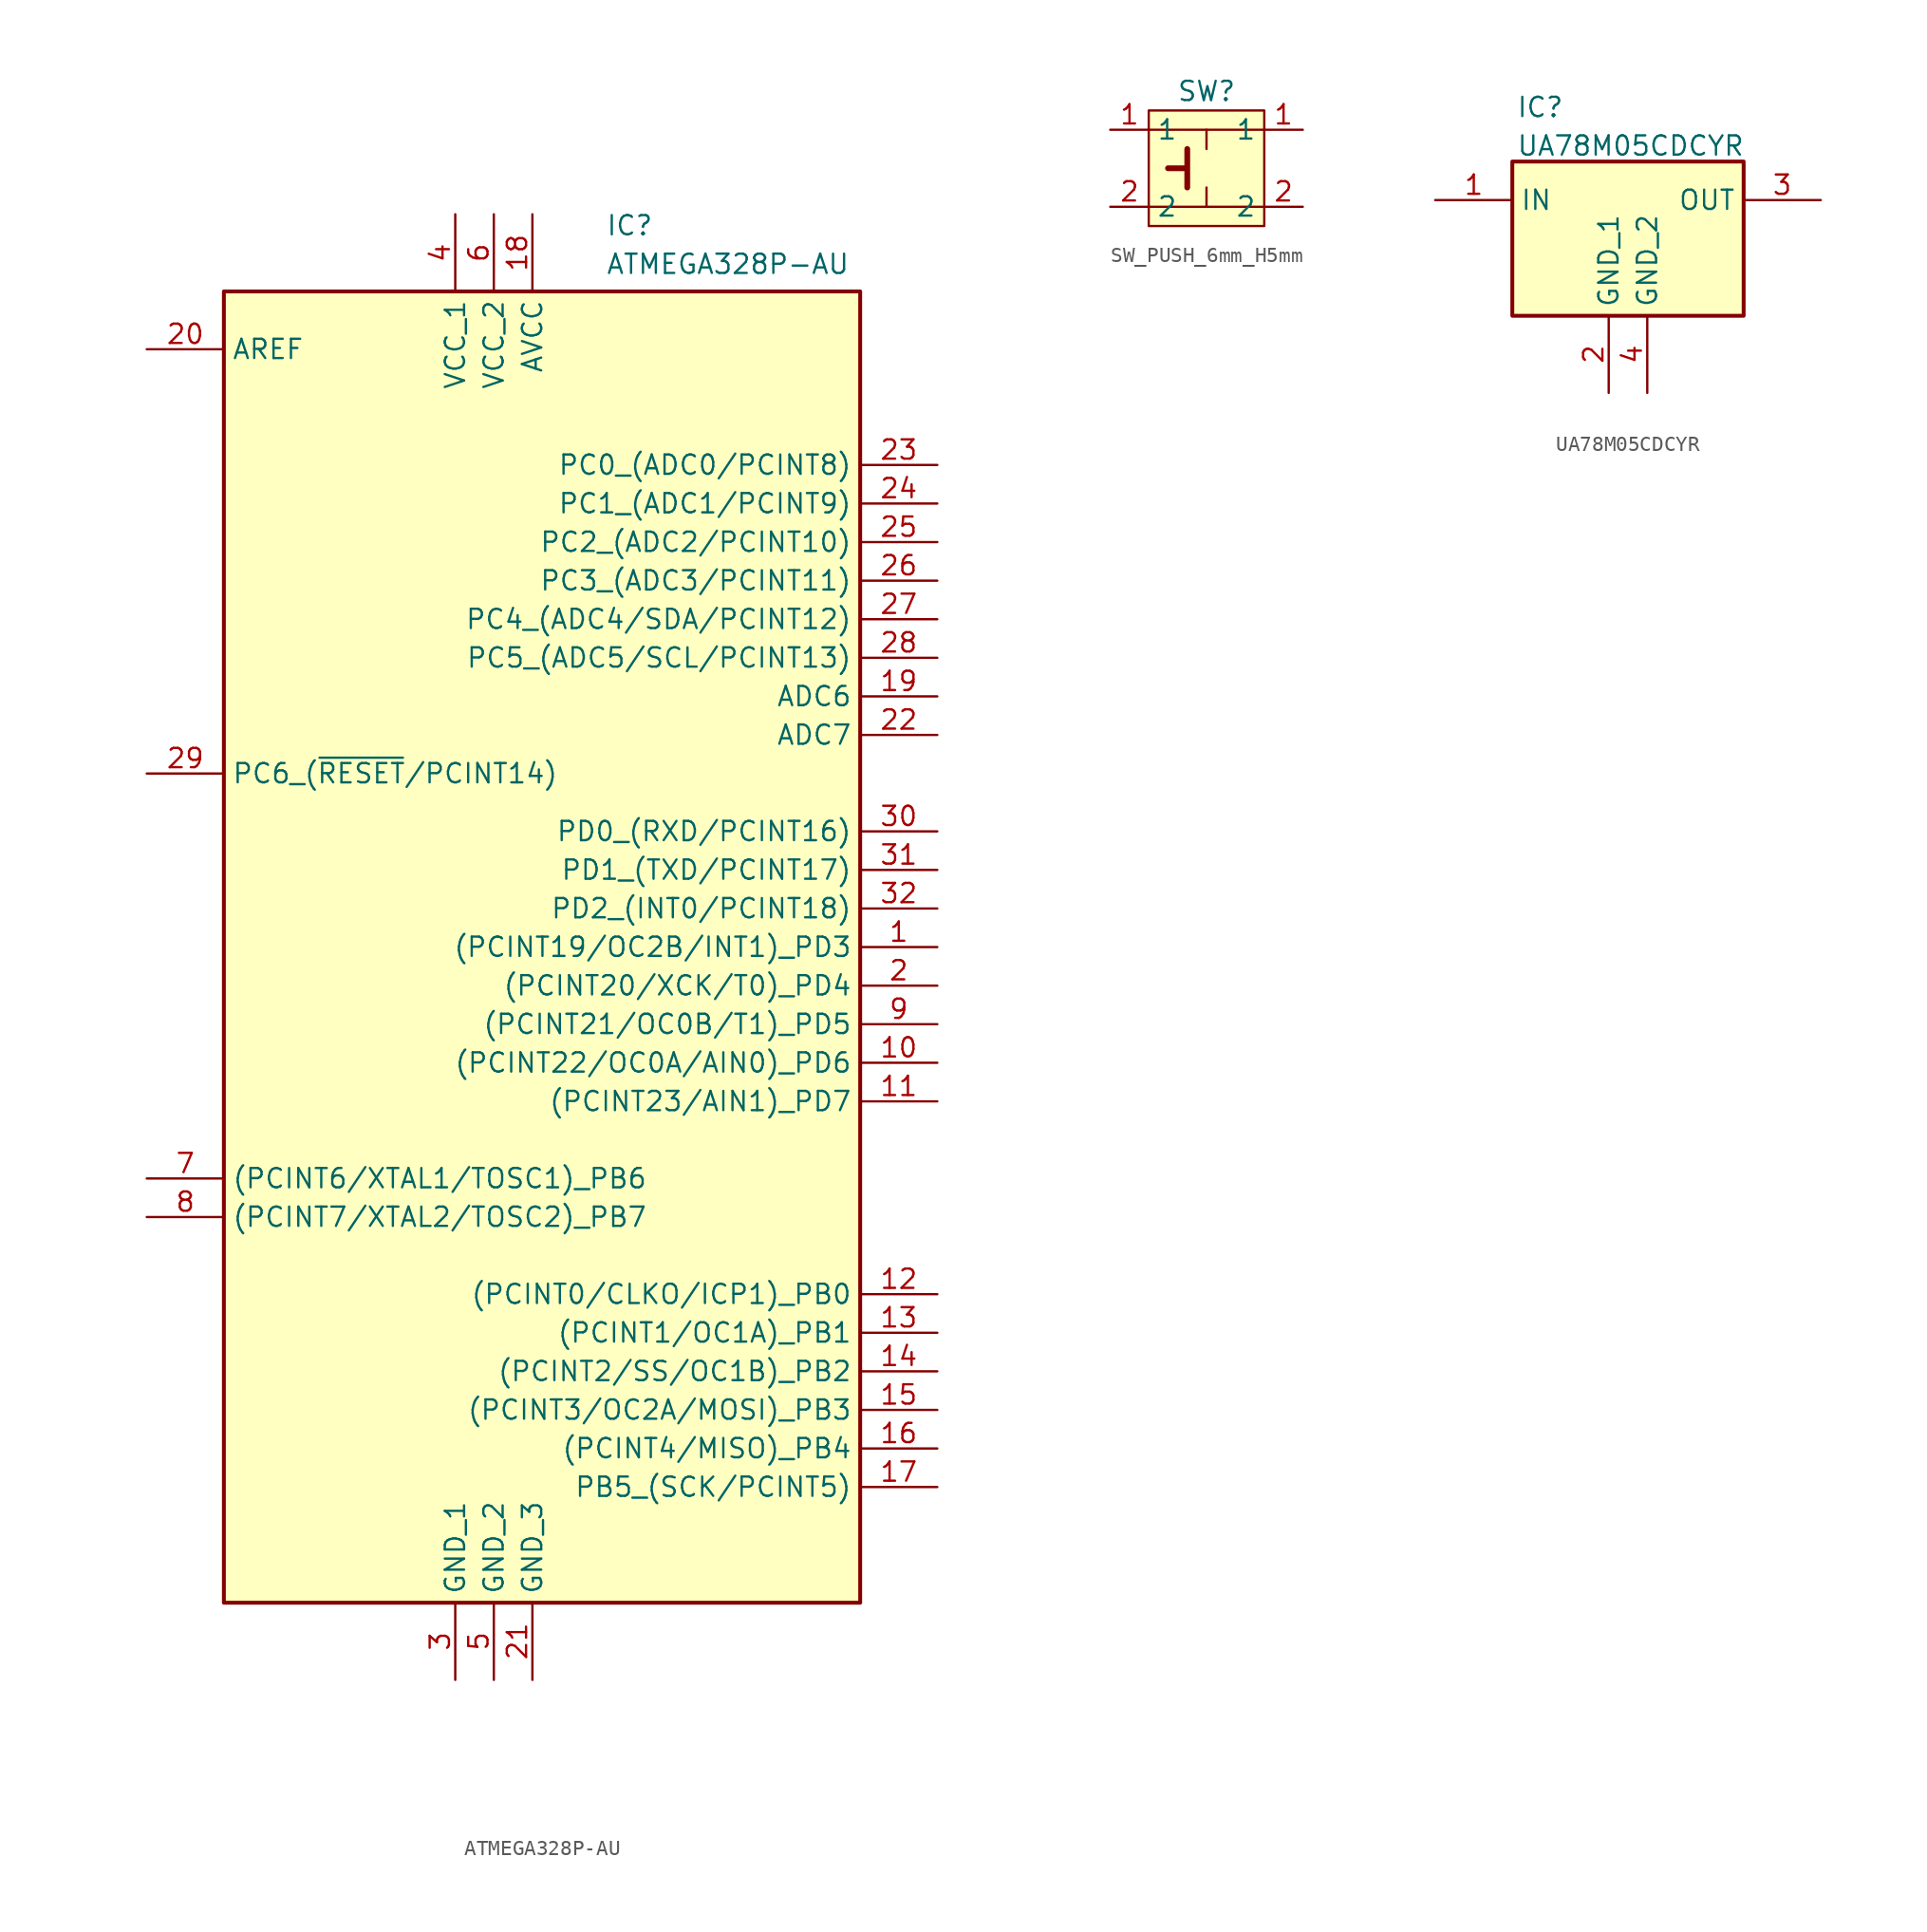
<source format=kicad_sym>
(kicad_symbol_lib
  (version 20241209)
  (generator "kicad_symbol_editor")
  (generator_version "9.0")
  (symbol "ATMEGA328P-AU"
    (property "Reference" "IC"
      (at 25.146 5.08 0)
      (effects (font (size 1.27 1.27)) (justify left top)))
    (property "Value" "ATMEGA328P-AU"
      (at 25.146 2.54 0)
      (effects (font (size 1.27 1.27)) (justify left top)))
    (symbol "ATMEGA328P-AU_1_1"
      (rectangle (start 0 0) (end 41.91 -86.36) (stroke (width 0.254) (type default)) (fill (type background)))
      (pin passive line (at -5.08 -3.81 0) (length 5.08) (name "AREF" (effects (font (size 1.27 1.27)))) (number "20" (effects (font (size 1.27 1.27)))))
      (pin passive line (at -5.08 -31.75 0) (length 5.08) (name "PC6_(~{RESET}/PCINT14)" (effects (font (size 1.27 1.27)))) (number "29" (effects (font (size 1.27 1.27)))))
      (pin passive line (at -5.08 -58.42 0) (length 5.08) (name "(PCINT6/XTAL1/TOSC1)_PB6" (effects (font (size 1.27 1.27)))) (number "7" (effects (font (size 1.27 1.27)))))
      (pin passive line (at -5.08 -60.96 0) (length 5.08) (name "(PCINT7/XTAL2/TOSC2)_PB7" (effects (font (size 1.27 1.27)))) (number "8" (effects (font (size 1.27 1.27)))))
      (pin passive line (at 15.24 5.08 270) (length 5.08) (name "VCC_1" (effects (font (size 1.27 1.27)))) (number "4" (effects (font (size 1.27 1.27)))))
      (pin passive line (at 15.24 -91.44 90) (length 5.08) (name "GND_1" (effects (font (size 1.27 1.27)))) (number "3" (effects (font (size 1.27 1.27)))))
      (pin passive line (at 17.78 5.08 270) (length 5.08) (name "VCC_2" (effects (font (size 1.27 1.27)))) (number "6" (effects (font (size 1.27 1.27)))))
      (pin passive line (at 17.78 -91.44 90) (length 5.08) (name "GND_2" (effects (font (size 1.27 1.27)))) (number "5" (effects (font (size 1.27 1.27)))))
      (pin passive line (at 20.32 5.08 270) (length 5.08) (name "AVCC" (effects (font (size 1.27 1.27)))) (number "18" (effects (font (size 1.27 1.27)))))
      (pin passive line (at 20.32 -91.44 90) (length 5.08) (name "GND_3" (effects (font (size 1.27 1.27)))) (number "21" (effects (font (size 1.27 1.27)))))
      (pin passive line (at 46.99 -11.43 180) (length 5.08) (name "PC0_(ADC0/PCINT8)" (effects (font (size 1.27 1.27)))) (number "23" (effects (font (size 1.27 1.27)))))
      (pin passive line (at 46.99 -13.97 180) (length 5.08) (name "PC1_(ADC1/PCINT9)" (effects (font (size 1.27 1.27)))) (number "24" (effects (font (size 1.27 1.27)))))
      (pin passive line (at 46.99 -16.51 180) (length 5.08) (name "PC2_(ADC2/PCINT10)" (effects (font (size 1.27 1.27)))) (number "25" (effects (font (size 1.27 1.27)))))
      (pin passive line (at 46.99 -19.05 180) (length 5.08) (name "PC3_(ADC3/PCINT11)" (effects (font (size 1.27 1.27)))) (number "26" (effects (font (size 1.27 1.27)))))
      (pin passive line (at 46.99 -21.59 180) (length 5.08) (name "PC4_(ADC4/SDA/PCINT12)" (effects (font (size 1.27 1.27)))) (number "27" (effects (font (size 1.27 1.27)))))
      (pin passive line (at 46.99 -24.13 180) (length 5.08) (name "PC5_(ADC5/SCL/PCINT13)" (effects (font (size 1.27 1.27)))) (number "28" (effects (font (size 1.27 1.27)))))
      (pin passive line (at 46.99 -26.67 180) (length 5.08) (name "ADC6" (effects (font (size 1.27 1.27)))) (number "19" (effects (font (size 1.27 1.27)))))
      (pin passive line (at 46.99 -29.21 180) (length 5.08) (name "ADC7" (effects (font (size 1.27 1.27)))) (number "22" (effects (font (size 1.27 1.27)))))
      (pin passive line (at 46.99 -35.56 180) (length 5.08) (name "PD0_(RXD/PCINT16)" (effects (font (size 1.27 1.27)))) (number "30" (effects (font (size 1.27 1.27)))))
      (pin passive line (at 46.99 -38.1 180) (length 5.08) (name "PD1_(TXD/PCINT17)" (effects (font (size 1.27 1.27)))) (number "31" (effects (font (size 1.27 1.27)))))
      (pin passive line (at 46.99 -40.64 180) (length 5.08) (name "PD2_(INT0/PCINT18)" (effects (font (size 1.27 1.27)))) (number "32" (effects (font (size 1.27 1.27)))))
      (pin passive line (at 46.99 -43.18 180) (length 5.08) (name "(PCINT19/OC2B/INT1)_PD3" (effects (font (size 1.27 1.27)))) (number "1" (effects (font (size 1.27 1.27)))))
      (pin passive line (at 46.99 -45.72 180) (length 5.08) (name "(PCINT20/XCK/T0)_PD4" (effects (font (size 1.27 1.27)))) (number "2" (effects (font (size 1.27 1.27)))))
      (pin passive line (at 46.99 -48.26 180) (length 5.08) (name "(PCINT21/OC0B/T1)_PD5" (effects (font (size 1.27 1.27)))) (number "9" (effects (font (size 1.27 1.27)))))
      (pin passive line (at 46.99 -50.8 180) (length 5.08) (name "(PCINT22/OC0A/AIN0)_PD6" (effects (font (size 1.27 1.27)))) (number "10" (effects (font (size 1.27 1.27)))))
      (pin passive line (at 46.99 -53.34 180) (length 5.08) (name "(PCINT23/AIN1)_PD7" (effects (font (size 1.27 1.27)))) (number "11" (effects (font (size 1.27 1.27)))))
      (pin passive line (at 46.99 -66.04 180) (length 5.08) (name "(PCINT0/CLKO/ICP1)_PB0" (effects (font (size 1.27 1.27)))) (number "12" (effects (font (size 1.27 1.27)))))
      (pin passive line (at 46.99 -68.58 180) (length 5.08) (name "(PCINT1/OC1A)_PB1" (effects (font (size 1.27 1.27)))) (number "13" (effects (font (size 1.27 1.27)))))
      (pin passive line (at 46.99 -71.12 180) (length 5.08) (name "(PCINT2/SS/OC1B)_PB2" (effects (font (size 1.27 1.27)))) (number "14" (effects (font (size 1.27 1.27)))))
      (pin passive line (at 46.99 -73.66 180) (length 5.08) (name "(PCINT3/OC2A/MOSI)_PB3" (effects (font (size 1.27 1.27)))) (number "15" (effects (font (size 1.27 1.27)))))
      (pin passive line (at 46.99 -76.2 180) (length 5.08) (name "(PCINT4/MISO)_PB4" (effects (font (size 1.27 1.27)))) (number "16" (effects (font (size 1.27 1.27)))))
      (pin passive line (at 46.99 -78.74 180) (length 5.08) (name "PB5_(SCK/PCINT5)" (effects (font (size 1.27 1.27)))) (number "17" (effects (font (size 1.27 1.27)))))))
  (symbol "SW_PUSH_6mm_H5mm"
    (property "Reference" "SW"
      (at 0 3.81 0)
      (effects (font (size 1.27 1.27))))
    (property "Value" ""
      (at 0 0 0)
      (effects (font (size 1.27 1.27))))
    (symbol "SW_PUSH_6mm_H5mm_0_1"
      (polyline (pts (xy -3.81 1.27) (xy 3.81 1.27)) (stroke (width 0) (type default)) (fill (type none)))
      (polyline (pts (xy -3.81 -3.81) (xy 3.81 -3.81)) (stroke (width 0) (type default)) (fill (type none)))
      (polyline (pts (xy 0 1.27) (xy 0 0)) (stroke (width 0) (type default)) (fill (type none)))
      (polyline (pts (xy 0 -3.81) (xy 0 -2.54)) (stroke (width 0) (type default)) (fill (type none))))
    (symbol "SW_PUSH_6mm_H5mm_1_1"
      (rectangle (start -3.81 2.54) (end 3.81 -5.08) (stroke (width 0) (type default)) (fill (type background)))
      (polyline (pts (xy -2.54 -1.27) (xy -1.27 -1.27) (xy -1.27 0) (xy -1.27 -2.54)) (stroke (width 0.381) (type default)) (fill (type none)))
      (pin passive line (at -6.35 1.27 0) (length 2.54) (name "1" (effects (font (size 1.27 1.27)))) (number "1" (effects (font (size 1.27 1.27)))))
      (pin passive line (at -6.35 -3.81 0) (length 2.54) (name "2" (effects (font (size 1.27 1.27)))) (number "2" (effects (font (size 1.27 1.27)))))
      (pin passive line (at 6.35 1.27 180) (length 2.54) (name "1" (effects (font (size 1.27 1.27)))) (number "1" (effects (font (size 1.27 1.27)))))
      (pin passive line (at 6.35 -3.81 180) (length 2.54) (name "2" (effects (font (size 1.27 1.27)))) (number "2" (effects (font (size 1.27 1.27)))))))
  (symbol "UA78M05CDCYR"
    (property "Reference" "IC"
      (at 0.254 4.318 0)
      (effects (font (size 1.27 1.27)) (justify left top)))
    (property "Value" "UA78M05CDCYR"
      (at 0.254 1.778 0)
      (effects (font (size 1.27 1.27)) (justify left top)))
    (symbol "UA78M05CDCYR_1_1"
      (rectangle (start 0 0) (end 15.24 -10.16) (stroke (width 0.254) (type default)) (fill (type background)))
      (pin passive line (at -5.08 -2.54 0) (length 5.08) (name "IN" (effects (font (size 1.27 1.27)))) (number "1" (effects (font (size 1.27 1.27)))))
      (pin passive line (at 6.35 -15.24 90) (length 5.08) (name "GND_1" (effects (font (size 1.27 1.27)))) (number "2" (effects (font (size 1.27 1.27)))))
      (pin passive line (at 8.89 -15.24 90) (length 5.08) (name "GND_2" (effects (font (size 1.27 1.27)))) (number "4" (effects (font (size 1.27 1.27)))))
      (pin passive line (at 20.32 -2.54 180) (length 5.08) (name "OUT" (effects (font (size 1.27 1.27)))) (number "3" (effects (font (size 1.27 1.27))))))))
</source>
